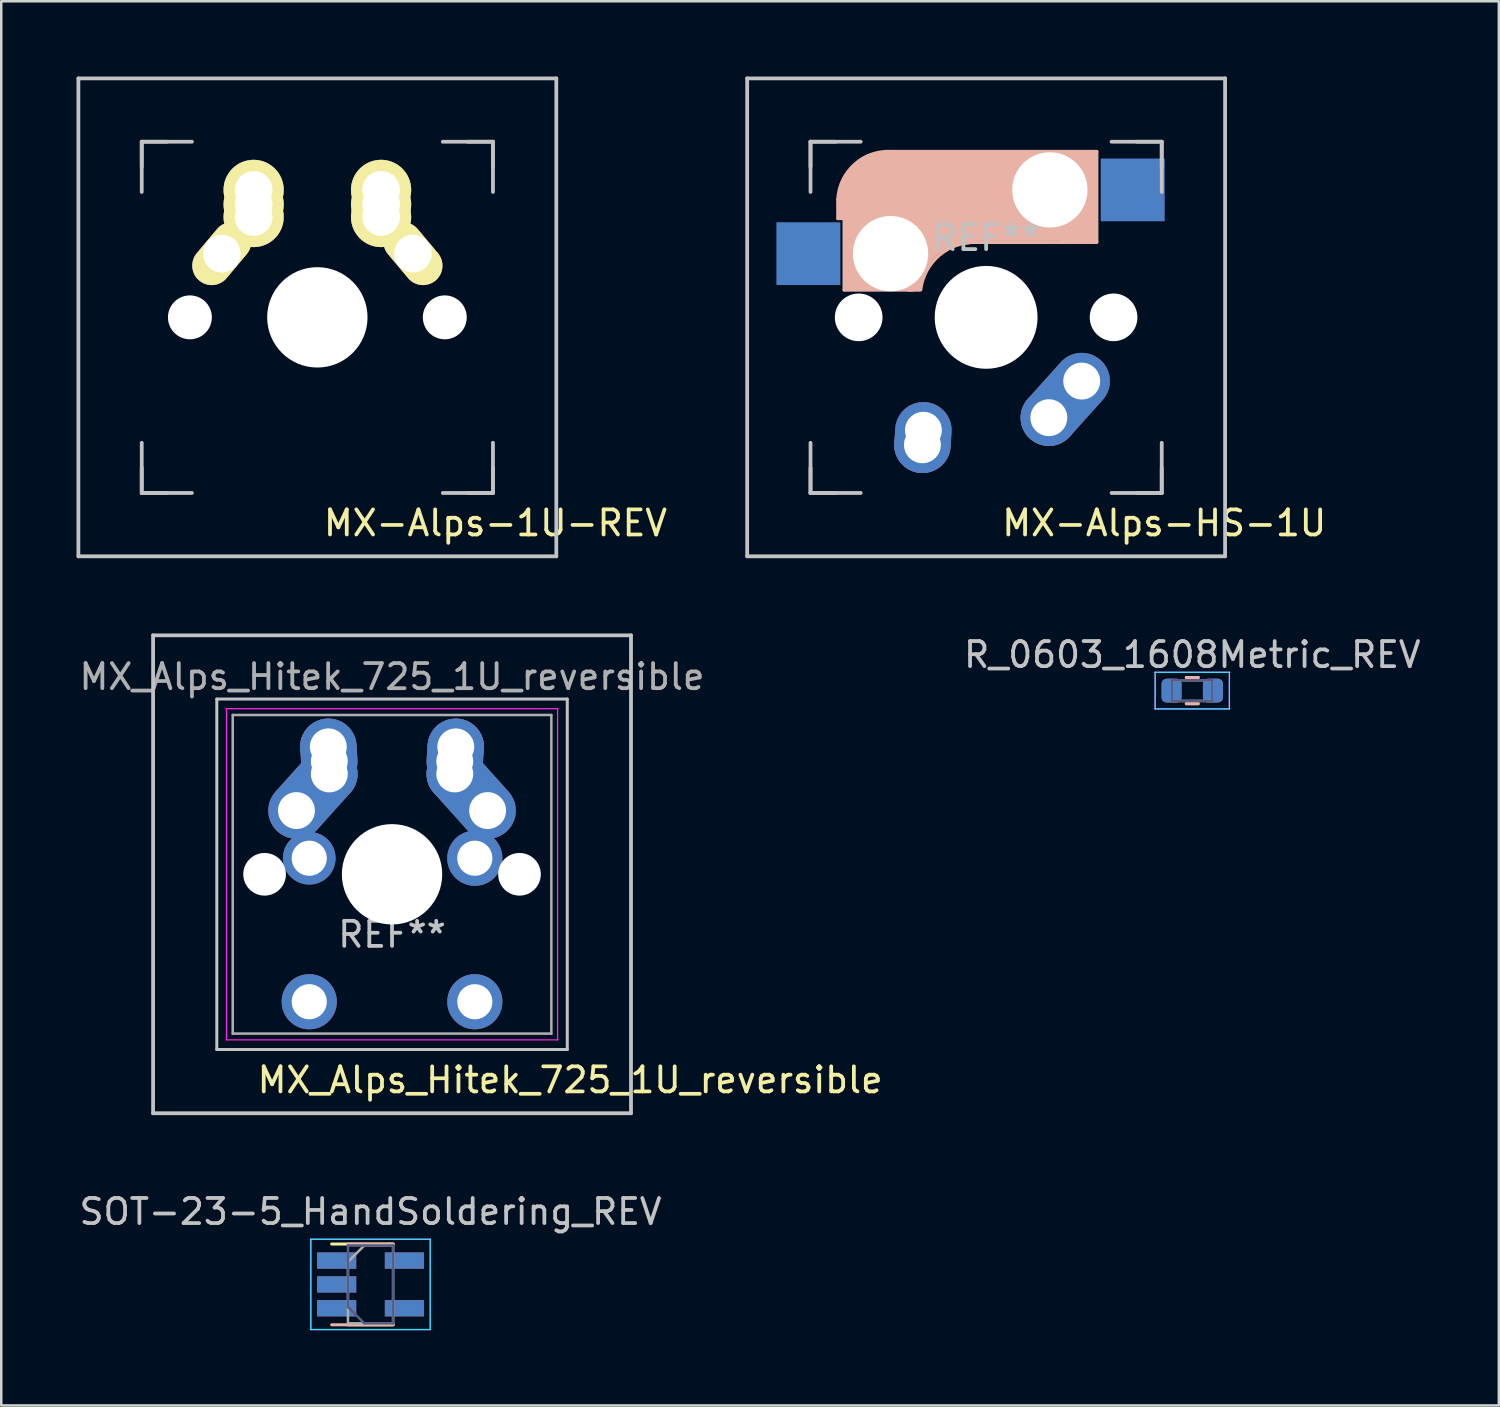
<source format=kicad_pcb>
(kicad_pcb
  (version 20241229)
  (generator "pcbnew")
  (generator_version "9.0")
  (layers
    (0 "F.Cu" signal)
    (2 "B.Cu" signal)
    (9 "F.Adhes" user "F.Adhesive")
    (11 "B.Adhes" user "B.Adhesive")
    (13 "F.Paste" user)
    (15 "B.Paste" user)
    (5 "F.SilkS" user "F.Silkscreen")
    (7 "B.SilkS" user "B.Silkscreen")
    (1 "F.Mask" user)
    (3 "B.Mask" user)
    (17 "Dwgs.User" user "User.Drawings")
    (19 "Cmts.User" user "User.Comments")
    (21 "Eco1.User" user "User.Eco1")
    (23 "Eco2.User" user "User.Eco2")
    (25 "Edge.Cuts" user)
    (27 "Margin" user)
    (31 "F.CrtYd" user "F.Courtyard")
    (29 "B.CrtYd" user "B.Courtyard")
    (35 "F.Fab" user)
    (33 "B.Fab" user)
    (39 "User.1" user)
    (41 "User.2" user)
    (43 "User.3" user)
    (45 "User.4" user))
  (footprint "SOT-23-5_HandSoldering_REV"
    (layer "F.Cu")
    (at 11.72 48.148)
    (property "Reference" "SOT-23-5_HandSoldering_REV" (at 0 -2.9 0) (layer "Dwgs.User") (effects (font (size 1 1) (thickness 0.15))))
    (attr smd)
    (fp_line (start -0.9 1.61) (end 0.9 1.61) (stroke (width 0.12) (type solid)) (layer "F.SilkS"))
    (fp_line (start 0.9 -1.61) (end -1.55 -1.61) (stroke (width 0.12) (type solid)) (layer "F.SilkS"))
    (fp_line (start -0.9 -1.61) (end 0.9 -1.61) (stroke (width 0.12) (type solid)) (layer "B.SilkS"))
    (fp_line (start 0.9 1.61) (end -1.55 1.61) (stroke (width 0.12) (type solid)) (layer "B.SilkS"))
    (fp_line (start -2.38 1.8) (end -2.38 -1.8) (stroke (width 0.05) (type solid)) (layer "B.CrtYd"))
    (fp_line (start -2.38 1.8) (end 2.38 1.8) (stroke (width 0.05) (type solid)) (layer "B.CrtYd"))
    (fp_line (start 2.38 -1.8) (end -2.38 -1.8) (stroke (width 0.05) (type solid)) (layer "B.CrtYd"))
    (fp_line (start 2.38 -1.8) (end 2.38 1.8) (stroke (width 0.05) (type solid)) (layer "B.CrtYd"))
    (fp_line (start -2.38 -1.8) (end -2.38 1.8) (stroke (width 0.05) (type solid)) (layer "F.CrtYd"))
    (fp_line (start -2.38 -1.8) (end 2.38 -1.8) (stroke (width 0.05) (type solid)) (layer "F.CrtYd"))
    (fp_line (start 2.38 1.8) (end -2.38 1.8) (stroke (width 0.05) (type solid)) (layer "F.CrtYd"))
    (fp_line (start 2.38 1.8) (end 2.38 -1.8) (stroke (width 0.05) (type solid)) (layer "F.CrtYd"))
    (fp_line (start -0.9 0.9) (end -0.9 -1.55) (stroke (width 0.1) (type solid)) (layer "B.Fab"))
    (fp_line (start -0.9 0.9) (end -0.25 1.55) (stroke (width 0.1) (type solid)) (layer "B.Fab"))
    (fp_line (start 0.9 -1.55) (end -0.9 -1.55) (stroke (width 0.1) (type solid)) (layer "B.Fab"))
    (fp_line (start 0.9 1.55) (end -0.25 1.55) (stroke (width 0.1) (type solid)) (layer "B.Fab"))
    (fp_line (start 0.9 1.55) (end 0.9 -1.55) (stroke (width 0.1) (type solid)) (layer "B.Fab"))
    (fp_line (start -0.9 -0.9) (end -0.9 1.55) (stroke (width 0.1) (type solid)) (layer "F.Fab"))
    (fp_line (start -0.9 -0.9) (end -0.25 -1.55) (stroke (width 0.1) (type solid)) (layer "F.Fab"))
    (fp_line (start 0.9 -1.55) (end -0.25 -1.55) (stroke (width 0.1) (type solid)) (layer "F.Fab"))
    (fp_line (start 0.9 -1.55) (end 0.9 1.55) (stroke (width 0.1) (type solid)) (layer "F.Fab"))
    (fp_line (start 0.9 1.55) (end -0.9 1.55) (stroke (width 0.1) (type solid)) (layer "F.Fab"))
    (pad "1" smd rect (at -1.35 -0.95) (size 1.56 0.65) (layers "F.Cu" "F.Mask" "F.Paste"))
    (pad "1" smd rect (at -1.35 0.95 180) (size 1.56 0.65) (layers "B.Cu" "B.Mask" "B.Paste"))
    (pad "2" smd rect (at -1.35 0) (size 1.56 0.65) (layers "F.Cu" "F.Mask" "F.Paste"))
    (pad "2" smd rect (at -1.35 0 180) (size 1.56 0.65) (layers "B.Cu" "B.Mask" "B.Paste"))
    (pad "3" smd rect (at -1.35 -0.95 180) (size 1.56 0.65) (layers "B.Cu" "B.Mask" "B.Paste"))
    (pad "3" smd rect (at -1.35 0.95) (size 1.56 0.65) (layers "F.Cu" "F.Mask" "F.Paste"))
    (pad "4" smd rect (at 1.35 -0.95 180) (size 1.56 0.65) (layers "B.Cu" "B.Mask" "B.Paste"))
    (pad "4" smd rect (at 1.35 0.95) (size 1.56 0.65) (layers "F.Cu" "F.Mask" "F.Paste"))
    (pad "5" smd rect (at 1.35 -0.95) (size 1.56 0.65) (layers "F.Cu" "F.Mask" "F.Paste"))
    (pad "5" smd rect (at 1.35 0.95 180) (size 1.56 0.65) (layers "B.Cu" "B.Mask" "B.Paste")))
  (footprint "MX-Alps-HS-1U"
    (layer "F.Cu")
    (at 36.258 9.6)
    (property "Reference" "MX-Alps-HS-1U" (at 7.1 8.2 0) (layer "F.SilkS") (effects (font (size 1 1) (thickness 0.15))))
    (attr through_hole)
    (fp_line (start -5.9 -4.7) (end -5.9 -3.95) (stroke (width 0.15) (type solid)) (layer "B.SilkS"))
    (fp_line (start -5.9 -3.95) (end -5.7 -3.95) (stroke (width 0.15) (type solid)) (layer "B.SilkS"))
    (fp_line (start -5.8 -4.05) (end -5.8 -4.7) (stroke (width 0.3) (type solid)) (layer "B.SilkS"))
    (fp_line (start -5.65 -5.55) (end -5.65 -1.1) (stroke (width 0.15) (type solid)) (layer "B.SilkS"))
    (fp_line (start -5.65 -1.1) (end -2.62 -1.1) (stroke (width 0.15) (type solid)) (layer "B.SilkS"))
    (fp_line (start -5.45 -1.3) (end -3 -1.3) (stroke (width 0.5) (type solid)) (layer "B.SilkS"))
    (fp_line (start -5.3 -1.6) (end -5.3 -3.4) (stroke (width 0.8) (type solid)) (layer "B.SilkS"))
    (fp_line (start -4.17 -5.1) (end -4.17 -2.86) (stroke (width 3) (type solid)) (layer "B.SilkS"))
    (fp_line (start -0.4 -3) (end 4.4 -3) (stroke (width 0.15) (type solid)) (layer "B.SilkS"))
    (fp_line (start 2.6 -4.8) (end -4.1 -4.8) (stroke (width 3.5) (type solid)) (layer "B.SilkS"))
    (fp_line (start 3.9 -6) (end 3.9 -3.5) (stroke (width 1) (type solid)) (layer "B.SilkS"))
    (fp_line (start 4.2 -3.25) (end 2.9 -3.3) (stroke (width 0.5) (type solid)) (layer "B.SilkS"))
    (fp_line (start 4.25 -6.4) (end 3 -6.4) (stroke (width 0.4) (type solid)) (layer "B.SilkS"))
    (fp_line (start 4.38 -4) (end 4.38 -6.25) (stroke (width 0.15) (type solid)) (layer "B.SilkS"))
    (fp_line (start 4.4 -6.6) (end -3.8 -6.6) (stroke (width 0.15) (type solid)) (layer "B.SilkS"))
    (fp_line (start 4.4 -3) (end 4.4 -6.6) (stroke (width 0.15) (type solid)) (layer "B.SilkS"))
    (fp_arc (start -5.9 -4.699999) (mid -5.243504 -6.084924) (end -3.800001 -6.6) (stroke (width 0.15) (type solid)) (layer "B.SilkS"))
    (fp_arc (start -3.016318 -1.521471) (mid -2.268709 -2.886118) (end -0.8 -3.4) (stroke (width 1) (type solid)) (layer "B.SilkS"))
    (fp_arc (start -2.616318 -1.121471) (mid -1.868709 -2.486118) (end -0.4 -3) (stroke (width 0.15) (type solid)) (layer "B.SilkS"))
    (fp_line (start -9.525 -9.525) (end 9.525 -9.525) (stroke (width 0.15) (type solid)) (layer "Dwgs.User"))
    (fp_line (start -9.525 9.525) (end -9.525 -9.525) (stroke (width 0.15) (type solid)) (layer "Dwgs.User"))
    (fp_line (start -7 -7) (end -7 -5) (stroke (width 0.15) (type solid)) (layer "Dwgs.User"))
    (fp_line (start -7 -7) (end -6 -7) (stroke (width 0.15) (type solid)) (layer "Dwgs.User"))
    (fp_line (start -7 -6) (end -7 -7) (stroke (width 0.15) (type solid)) (layer "Dwgs.User"))
    (fp_line (start -7 6) (end -7 7) (stroke (width 0.15) (type solid)) (layer "Dwgs.User"))
    (fp_line (start -7 7) (end -7 5) (stroke (width 0.15) (type solid)) (layer "Dwgs.User"))
    (fp_line (start -7 7) (end -6 7) (stroke (width 0.15) (type solid)) (layer "Dwgs.User"))
    (fp_line (start -5 -7) (end -7 -7) (stroke (width 0.15) (type solid)) (layer "Dwgs.User"))
    (fp_line (start -5 7) (end -7 7) (stroke (width 0.15) (type solid)) (layer "Dwgs.User"))
    (fp_line (start 5 7) (end 7 7) (stroke (width 0.15) (type solid)) (layer "Dwgs.User"))
    (fp_line (start 6 7) (end 7 7) (stroke (width 0.15) (type solid)) (layer "Dwgs.User"))
    (fp_line (start 7 -7) (end 5 -7) (stroke (width 0.15) (type solid)) (layer "Dwgs.User"))
    (fp_line (start 7 -7) (end 6 -7) (stroke (width 0.15) (type solid)) (layer "Dwgs.User"))
    (fp_line (start 7 -7) (end 7 -6) (stroke (width 0.15) (type solid)) (layer "Dwgs.User"))
    (fp_line (start 7 -5) (end 7 -7) (stroke (width 0.15) (type solid)) (layer "Dwgs.User"))
    (fp_line (start 7 7) (end 7 5) (stroke (width 0.15) (type solid)) (layer "Dwgs.User"))
    (fp_line (start 7 7) (end 7 6) (stroke (width 0.15) (type solid)) (layer "Dwgs.User"))
    (fp_line (start 9.525 -9.525) (end 9.525 9.525) (stroke (width 0.15) (type solid)) (layer "Dwgs.User"))
    (fp_line (start 9.525 9.525) (end -9.525 9.525) (stroke (width 0.15) (type solid)) (layer "Dwgs.User"))
    (fp_text user "REF**" (at 0 -3.175 180) (layer "Dwgs.User") (effects (font (size 1 1) (thickness 0.15))))
    (pad "" np_thru_hole circle (at -5.08 0 228.1) (size 1.75 1.75) (drill 1.75) (layers "*.Cu" "*.Mask"))
    (pad "" np_thru_hole circle (at -5.08 0) (size 1.9 1.9) (drill 1.9) (layers "*.Cu" "*.Mask"))
    (pad "" np_thru_hole circle (at -3.81 -2.54) (size 3 3) (drill 3) (layers "*.Cu" "*.Mask"))
    (pad "" np_thru_hole circle (at 0 0 180) (size 3.988 3.988) (drill 3.988) (layers "*.Cu" "*.Mask"))
    (pad "" np_thru_hole circle (at 0 0 90) (size 4.1 4.1) (drill 4.1) (layers "*.Cu" "*.Mask"))
    (pad "" np_thru_hole circle (at 2.54 -5.08) (size 3 3) (drill 3) (layers "*.Cu" "*.Mask"))
    (pad "" np_thru_hole circle (at 5.08 0 228.1) (size 1.75 1.75) (drill 1.75) (layers "*.Cu" "*.Mask"))
    (pad "" np_thru_hole circle (at 5.08 0) (size 1.9 1.9) (drill 1.9) (layers "*.Cu" "*.Mask"))
    (pad "1" smd rect (at -7.085 -2.54 180) (size 2.55 2.5) (layers "B.Cu" "B.Mask" "B.Paste"))
    (pad "1" thru_hole circle (at -2.54 5.08 180) (size 2.25 2.25) (drill 1.47) (layers "*.Cu" "B.Mask"))
    (pad "1" thru_hole oval (at -2.5 4.5 266.1) (size 2.831 2.25) (drill 1.47 (offset 0.291 0)) (layers "*.Cu" "B.Mask"))
    (pad "2" thru_hole circle (at 2.5 4 180) (size 2.25 2.25) (drill 1.47) (layers "*.Cu" "B.Mask"))
    (pad "2" thru_hole oval (at 3.81 2.54 228.1) (size 4.212 2.25) (drill 1.47 (offset 0.981 0)) (layers "*.Cu" "B.Mask"))
    (pad "2" smd rect (at 5.842 -5.08 180) (size 2.55 2.5) (layers "B.Cu" "B.Mask" "B.Paste")))
  (footprint "MX_Alps_Hitek_725_1U_reversible"
    (layer "F.Cu")
    (at 12.577 31.8)
    (property "Reference" "MX_Alps_Hitek_725_1U_reversible" (at 7.1 8.2 180) (layer "F.SilkS") (effects (font (size 1 1) (thickness 0.15))))
    (attr through_hole)
    (fp_line (start -9.525 -9.525) (end 9.525 -9.525) (stroke (width 0.15) (type solid)) (layer "Dwgs.User"))
    (fp_line (start -9.525 9.525) (end -9.525 -9.525) (stroke (width 0.15) (type solid)) (layer "Dwgs.User"))
    (fp_line (start -6.985 -6.985) (end 6.985 -6.985) (stroke (width 0.12) (type solid)) (layer "Dwgs.User"))
    (fp_line (start -6.985 6.985) (end -6.985 -6.985) (stroke (width 0.12) (type solid)) (layer "Dwgs.User"))
    (fp_line (start 6.985 -6.985) (end 6.985 6.985) (stroke (width 0.12) (type solid)) (layer "Dwgs.User"))
    (fp_line (start 6.985 6.985) (end -6.985 6.985) (stroke (width 0.12) (type solid)) (layer "Dwgs.User"))
    (fp_line (start 9.525 -9.525) (end 9.525 9.525) (stroke (width 0.15) (type solid)) (layer "Dwgs.User"))
    (fp_line (start 9.525 9.525) (end -9.525 9.525) (stroke (width 0.15) (type solid)) (layer "Dwgs.User"))
    (fp_line (start -6.6 -6.6) (end 6.6 -6.6) (stroke (width 0.05) (type solid)) (layer "F.CrtYd"))
    (fp_line (start -6.6 6.6) (end -6.6 -6.6) (stroke (width 0.05) (type solid)) (layer "F.CrtYd"))
    (fp_line (start 6.6 -6.6) (end 6.6 6.6) (stroke (width 0.05) (type solid)) (layer "F.CrtYd"))
    (fp_line (start 6.6 6.6) (end -6.6 6.6) (stroke (width 0.05) (type solid)) (layer "F.CrtYd"))
    (fp_line (start -6.35 -6.35) (end 6.35 -6.35) (stroke (width 0.1) (type solid)) (layer "F.Fab"))
    (fp_line (start -6.35 6.35) (end -6.35 -6.35) (stroke (width 0.1) (type solid)) (layer "F.Fab"))
    (fp_line (start 6.35 -6.35) (end 6.35 6.35) (stroke (width 0.1) (type solid)) (layer "F.Fab"))
    (fp_line (start 6.35 6.35) (end -6.35 6.35) (stroke (width 0.1) (type solid)) (layer "F.Fab"))
    (fp_text user "REF**" (at 0 2.4 0) (layer "Dwgs.User") (effects (font (size 1 1) (thickness 0.15))))
    (fp_text user "${REFERENCE}" (at 0 -7.874 0) (layer "F.Fab") (effects (font (size 1 1) (thickness 0.15))))
    (pad "" np_thru_hole circle (at -5.08 0) (size 1.7 1.7) (drill 1.7) (layers "*.Cu" "*.Mask"))
    (pad "" np_thru_hole circle (at 0 0) (size 4 4) (drill 4) (layers "*.Cu" "*.Mask"))
    (pad "" np_thru_hole circle (at 5.08 0) (size 1.7 1.7) (drill 1.7) (layers "*.Cu" "*.Mask"))
    (pad "1" thru_hole oval (at 2.5 -4.5 86.1) (size 2.831 2.25) (drill 1.47 (offset 0.291 0)) (layers "*.Cu" "*.Mask"))
    (pad "1" thru_hole circle (at 2.5 -4) (size 2.25 2.25) (drill 1.47) (layers "*.Cu" "*.Mask"))
    (pad "1" thru_hole circle (at 2.54 -5.08) (size 2.25 2.25) (drill 1.47) (layers "*.Cu" "*.Mask"))
    (pad "1" thru_hole circle (at 3.3 -0.64) (size 2.2 2.2) (drill 1.4) (layers "*.Cu" "*.Mask"))
    (pad "1" thru_hole circle (at 3.3 5.08) (size 2.2 2.2) (drill 1.4) (layers "*.Cu" "*.Mask"))
    (pad "1" thru_hole oval (at 3.81 -2.54 311.9) (size 4.212 2.25) (drill 1.47 (offset -0.981 0)) (layers "*.Cu" "*.Mask"))
    (pad "2" thru_hole oval (at -3.81 -2.54 48.1) (size 4.212 2.25) (drill 1.47 (offset 0.981 0)) (layers "*.Cu" "*.Mask"))
    (pad "2" thru_hole circle (at -3.3 -0.64) (size 2.1 2.1) (drill 1.4) (layers "*.Cu" "*.Mask"))
    (pad "2" thru_hole circle (at -3.3 5.08) (size 2.2 2.2) (drill 1.4) (layers "*.Cu" "*.Mask"))
    (pad "2" thru_hole circle (at -2.54 -5.08) (size 2.25 2.25) (drill 1.47) (layers "*.Cu" "*.Mask"))
    (pad "2" thru_hole oval (at -2.5 -4.5 273.9) (size 2.831 2.25) (drill 1.47 (offset -0.291 0)) (layers "*.Cu" "*.Mask"))
    (pad "2" thru_hole circle (at -2.5 -4) (size 2.25 2.25) (drill 1.47) (layers "*.Cu" "*.Mask")))
  (footprint "R_0603_1608Metric_REV"
    (layer "F.Cu")
    (at 44.475 24.478)
    (property "Reference" "R_0603_1608Metric_REV" (at 0 -1.43 0) (layer "Dwgs.User") (effects (font (size 1 1) (thickness 0.15))))
    (attr smd)
    (fp_line (start -0.237 -0.522) (end 0.237 -0.522) (stroke (width 0.12) (type solid)) (layer "F.SilkS"))
    (fp_line (start -0.237 0.522) (end 0.237 0.522) (stroke (width 0.12) (type solid)) (layer "F.SilkS"))
    (fp_line (start -0.237 -0.522) (end 0.237 -0.522) (stroke (width 0.12) (type solid)) (layer "B.SilkS"))
    (fp_line (start -0.237 0.522) (end 0.237 0.522) (stroke (width 0.12) (type solid)) (layer "B.SilkS"))
    (fp_line (start -1.48 -0.73) (end -1.48 0.73) (stroke (width 0.05) (type solid)) (layer "B.CrtYd"))
    (fp_line (start -1.48 0.73) (end 1.48 0.73) (stroke (width 0.05) (type solid)) (layer "B.CrtYd"))
    (fp_line (start 1.48 -0.73) (end -1.48 -0.73) (stroke (width 0.05) (type solid)) (layer "B.CrtYd"))
    (fp_line (start 1.48 0.73) (end 1.48 -0.73) (stroke (width 0.05) (type solid)) (layer "B.CrtYd"))
    (fp_line (start -1.48 -0.73) (end 1.48 -0.73) (stroke (width 0.05) (type solid)) (layer "F.CrtYd"))
    (fp_line (start -1.48 0.73) (end -1.48 -0.73) (stroke (width 0.05) (type solid)) (layer "F.CrtYd"))
    (fp_line (start 1.48 -0.73) (end 1.48 0.73) (stroke (width 0.05) (type solid)) (layer "F.CrtYd"))
    (fp_line (start 1.48 0.73) (end -1.48 0.73) (stroke (width 0.05) (type solid)) (layer "F.CrtYd"))
    (fp_line (start -0.8 -0.412) (end -0.8 0.412) (stroke (width 0.1) (type solid)) (layer "B.Fab"))
    (fp_line (start -0.8 0.412) (end 0.8 0.412) (stroke (width 0.1) (type solid)) (layer "B.Fab"))
    (fp_line (start 0.8 -0.412) (end -0.8 -0.412) (stroke (width 0.1) (type solid)) (layer "B.Fab"))
    (fp_line (start 0.8 0.412) (end 0.8 -0.412) (stroke (width 0.1) (type solid)) (layer "B.Fab"))
    (fp_line (start -0.8 -0.412) (end 0.8 -0.412) (stroke (width 0.1) (type solid)) (layer "F.Fab"))
    (fp_line (start -0.8 0.412) (end -0.8 -0.412) (stroke (width 0.1) (type solid)) (layer "F.Fab"))
    (fp_line (start 0.8 -0.412) (end 0.8 0.412) (stroke (width 0.1) (type solid)) (layer "F.Fab"))
    (fp_line (start 0.8 0.412) (end -0.8 0.412) (stroke (width 0.1) (type solid)) (layer "F.Fab"))
    (pad "1" smd roundrect (at -0.825 0) (size 0.8 0.95) (layers "F.Cu" "F.Mask" "F.Paste") (roundrect_rratio 0.25))
    (pad "1" smd roundrect (at -0.825 0 180) (size 0.8 0.95) (layers "B.Cu" "B.Mask" "B.Paste") (roundrect_rratio 0.25))
    (pad "2" smd roundrect (at 0.825 0) (size 0.8 0.95) (layers "F.Cu" "F.Mask" "F.Paste") (roundrect_rratio 0.25))
    (pad "2" smd roundrect (at 0.825 0 180) (size 0.8 0.95) (layers "B.Cu" "B.Mask" "B.Paste") (roundrect_rratio 0.25)))
  (footprint "MX-Alps-1U-REV"
    (layer "F.Cu")
    (at 9.6 9.6)
    (property "Reference" "MX-Alps-1U-REV" (at 7.1 8.2 0) (layer "F.SilkS") (effects (font (size 1 1) (thickness 0.15))))
    (attr through_hole)
    (fp_line (start -9.525 -9.525) (end 9.525 -9.525) (stroke (width 0.15) (type solid)) (layer "Dwgs.User"))
    (fp_line (start -9.525 9.525) (end -9.525 -9.525) (stroke (width 0.15) (type solid)) (layer "Dwgs.User"))
    (fp_line (start -7 -7) (end -7 -5) (stroke (width 0.15) (type solid)) (layer "Dwgs.User"))
    (fp_line (start -7 -7) (end -6 -7) (stroke (width 0.15) (type solid)) (layer "Dwgs.User"))
    (fp_line (start -7 -6) (end -7 -7) (stroke (width 0.15) (type solid)) (layer "Dwgs.User"))
    (fp_line (start -7 6) (end -7 7) (stroke (width 0.15) (type solid)) (layer "Dwgs.User"))
    (fp_line (start -7 7) (end -7 5) (stroke (width 0.15) (type solid)) (layer "Dwgs.User"))
    (fp_line (start -7 7) (end -6 7) (stroke (width 0.15) (type solid)) (layer "Dwgs.User"))
    (fp_line (start -5 -7) (end -7 -7) (stroke (width 0.15) (type solid)) (layer "Dwgs.User"))
    (fp_line (start -5 7) (end -7 7) (stroke (width 0.15) (type solid)) (layer "Dwgs.User"))
    (fp_line (start 5 7) (end 7 7) (stroke (width 0.15) (type solid)) (layer "Dwgs.User"))
    (fp_line (start 6 7) (end 7 7) (stroke (width 0.15) (type solid)) (layer "Dwgs.User"))
    (fp_line (start 7 -7) (end 5 -7) (stroke (width 0.15) (type solid)) (layer "Dwgs.User"))
    (fp_line (start 7 -7) (end 6 -7) (stroke (width 0.15) (type solid)) (layer "Dwgs.User"))
    (fp_line (start 7 -7) (end 7 -6) (stroke (width 0.15) (type solid)) (layer "Dwgs.User"))
    (fp_line (start 7 -5) (end 7 -7) (stroke (width 0.15) (type solid)) (layer "Dwgs.User"))
    (fp_line (start 7 7) (end 7 5) (stroke (width 0.15) (type solid)) (layer "Dwgs.User"))
    (fp_line (start 7 7) (end 7 6) (stroke (width 0.15) (type solid)) (layer "Dwgs.User"))
    (fp_line (start 9.525 -9.525) (end 9.525 9.525) (stroke (width 0.15) (type solid)) (layer "Dwgs.User"))
    (fp_line (start 9.525 9.525) (end -9.525 9.525) (stroke (width 0.15) (type solid)) (layer "Dwgs.User"))
    (pad "" np_thru_hole circle (at -5.08 0 48.1) (size 1.75 1.75) (drill 1.75) (layers "*.Cu" "*.Mask"))
    (pad "" np_thru_hole circle (at 0 0 270) (size 4 4) (drill 4) (layers "*.Cu" "*.Mask"))
    (pad "" np_thru_hole circle (at 5.08 0 180) (size 1.75 1.75) (drill 1.75) (layers "*.Cu" "*.Mask"))
    (pad "1" thru_hole oval (at -3.81 -2.54 50) (size 2.8 1.55) (drill 1.5) (layers "*.Cu" "*.Mask" "F.SilkS"))
    (pad "1" thru_hole circle (at -2.54 -5.08) (size 2.4 2.4) (drill 1.5) (layers "*.Cu" "*.Mask" "F.SilkS"))
    (pad "1" thru_hole circle (at -2.54 -4.5) (size 2.4 2.4) (drill 1.5) (layers "*.Cu" "*.Mask" "F.SilkS"))
    (pad "1" thru_hole circle (at -2.54 -4) (size 2.4 2.4) (drill 1.5) (layers "*.Cu" "*.Mask" "F.SilkS"))
    (pad "2" thru_hole circle (at 2.54 -5.08) (size 2.4 2.4) (drill 1.5) (layers "*.Cu" "*.Mask" "F.SilkS"))
    (pad "2" thru_hole circle (at 2.54 -4.5) (size 2.4 2.4) (drill 1.5) (layers "*.Cu" "*.Mask" "F.SilkS"))
    (pad "2" thru_hole circle (at 2.54 -4) (size 2.4 2.4) (drill 1.5) (layers "*.Cu" "*.Mask" "F.SilkS"))
    (pad "2" thru_hole oval (at 3.81 -2.54 310) (size 2.8 1.55) (drill 1.5) (layers "*.Cu" "*.Mask" "F.SilkS")))
  (gr_rect
    (start -3 -3)
    (end 56.695 52.973)
    (stroke (width 0.1) (type default))
    (fill no)
    (layer "Edge.Cuts")))
</source>
